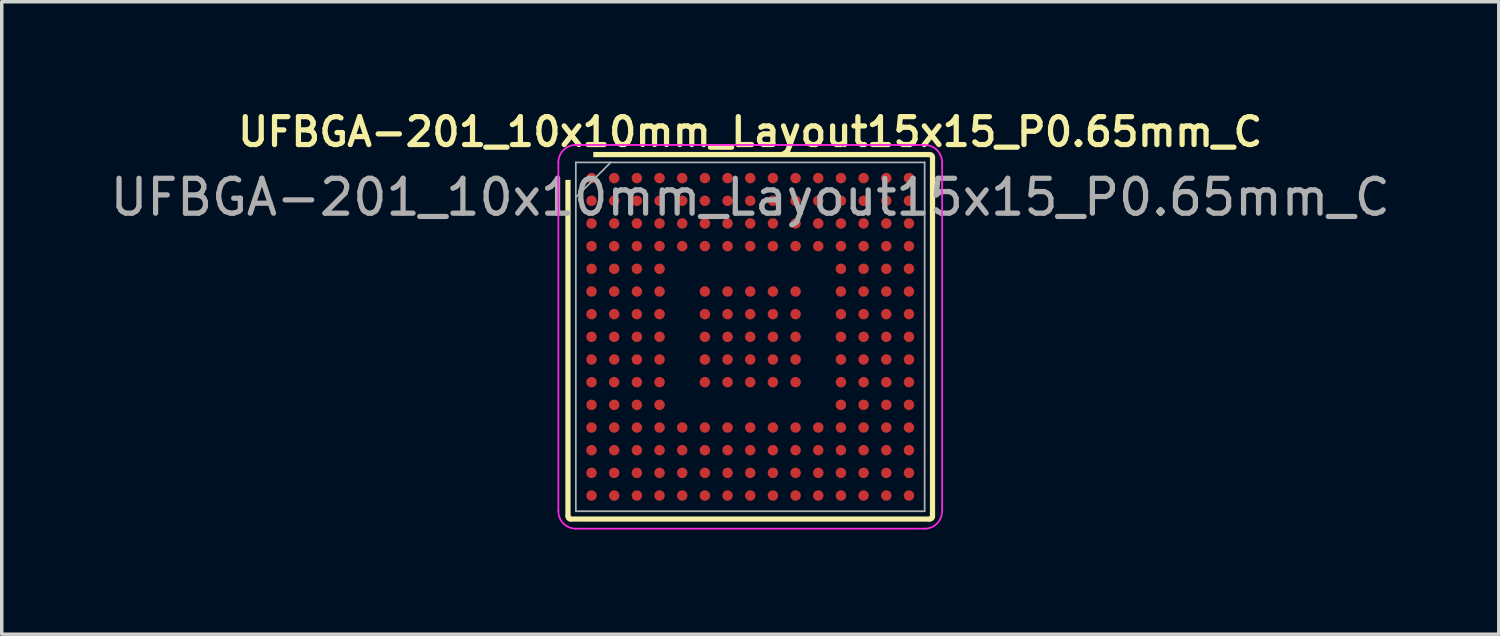
<source format=kicad_pcb>
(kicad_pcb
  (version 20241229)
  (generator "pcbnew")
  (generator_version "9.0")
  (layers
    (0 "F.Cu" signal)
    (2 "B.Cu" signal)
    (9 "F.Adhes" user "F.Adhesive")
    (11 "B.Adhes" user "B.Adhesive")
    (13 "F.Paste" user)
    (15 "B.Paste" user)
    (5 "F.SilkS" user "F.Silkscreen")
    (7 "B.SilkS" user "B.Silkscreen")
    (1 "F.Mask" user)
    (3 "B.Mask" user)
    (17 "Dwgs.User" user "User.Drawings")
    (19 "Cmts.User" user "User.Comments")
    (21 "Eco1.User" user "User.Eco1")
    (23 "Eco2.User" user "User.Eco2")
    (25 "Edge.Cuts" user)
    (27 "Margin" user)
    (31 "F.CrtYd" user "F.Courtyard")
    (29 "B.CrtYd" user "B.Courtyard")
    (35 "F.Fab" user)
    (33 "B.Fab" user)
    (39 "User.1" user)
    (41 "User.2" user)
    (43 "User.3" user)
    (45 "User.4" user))
  (footprint "UFBGA-201_10x10mm_Layout15x15_P0.65mm_C"
    (layer "F.Cu")
    (at 18.458 6.606)
    (property "Reference" "UFBGA-201_10x10mm_Layout15x15_P0.65mm_C" (at 0 -5.875 180) (layer "F.SilkS") (effects (font (size 0.8 0.8) (thickness 0.15))))
    (attr smd)
    (fp_arc (start -5.15 5.225) (mid -5.203033 5.203033) (end -5.225 5.15) (stroke (width 0.15) (type solid)) (layer "F.SilkS"))
    (fp_arc (start 5.15 -5.225) (mid 5.203033 -5.203033) (end 5.225 -5.15) (stroke (width 0.15) (type solid)) (layer "F.SilkS"))
    (fp_arc (start 5.225 5.15) (mid 5.203033 5.203033) (end 5.15 5.225) (stroke (width 0.15) (type solid)) (layer "F.SilkS"))
    (fp_poly (pts (xy 5.3 -5.15) (xy 5.3 5.15) (xy 5.15 5.3) (xy -5.15 5.3) (xy -5.3 5.15) (xy -5.3 -4.5) (xy -5.15 -4.5) (xy -5.15 5.15) (xy 5.15 5.15) (xy 5.15 -5.15) (xy -4.5 -5.15) (xy -4.5 -5.3) (xy 5.15 -5.3)) (stroke (width 0) (type solid)) (fill yes) (layer "F.SilkS"))
    (fp_line (start -5.5 -5) (end -5.5 5) (stroke (width 0.05) (type solid)) (layer "F.CrtYd"))
    (fp_line (start -5 5.5) (end 5 5.5) (stroke (width 0.05) (type solid)) (layer "F.CrtYd"))
    (fp_line (start 5 -5.5) (end -5 -5.5) (stroke (width 0.05) (type solid)) (layer "F.CrtYd"))
    (fp_line (start 5.5 5) (end 5.5 -5) (stroke (width 0.05) (type solid)) (layer "F.CrtYd"))
    (fp_arc (start -5.5 -5) (mid -5.353553 -5.353553) (end -5 -5.5) (stroke (width 0.05) (type solid)) (layer "F.CrtYd"))
    (fp_arc (start -5 5.5) (mid -5.353553 5.353553) (end -5.5 5) (stroke (width 0.05) (type solid)) (layer "F.CrtYd"))
    (fp_arc (start 5 -5.5) (mid 5.353553 -5.353553) (end 5.5 -5) (stroke (width 0.05) (type solid)) (layer "F.CrtYd"))
    (fp_arc (start 5.5 5) (mid 5.353553 5.353553) (end 5 5.5) (stroke (width 0.05) (type solid)) (layer "F.CrtYd"))
    (fp_line (start -5 -5) (end 5 -5) (stroke (width 0.05) (type solid)) (layer "F.Fab"))
    (fp_line (start -5 -4) (end -4 -5) (stroke (width 0.05) (type solid)) (layer "F.Fab"))
    (fp_line (start -5 5) (end -5 -5) (stroke (width 0.05) (type solid)) (layer "F.Fab"))
    (fp_line (start 5 -5) (end 5 5) (stroke (width 0.05) (type solid)) (layer "F.Fab"))
    (fp_line (start 5 5) (end -5 5) (stroke (width 0.05) (type solid)) (layer "F.Fab"))
    (fp_text user "${REFERENCE}" (at 0 -4 180) (layer "F.Fab") (effects (font (size 1 1) (thickness 0.15))))
    (pad "A1" smd circle (at -4.55 -4.55) (size 0.3 0.3) (layers "F.Cu" "F.Mask" "F.Paste"))
    (pad "A2" smd circle (at -3.9 -4.55) (size 0.3 0.3) (layers "F.Cu" "F.Mask" "F.Paste"))
    (pad "A3" smd circle (at -3.25 -4.55) (size 0.3 0.3) (layers "F.Cu" "F.Mask" "F.Paste"))
    (pad "A4" smd circle (at -2.6 -4.55) (size 0.3 0.3) (layers "F.Cu" "F.Mask" "F.Paste"))
    (pad "A5" smd circle (at -1.95 -4.55) (size 0.3 0.3) (layers "F.Cu" "F.Mask" "F.Paste"))
    (pad "A6" smd circle (at -1.3 -4.55) (size 0.3 0.3) (layers "F.Cu" "F.Mask" "F.Paste"))
    (pad "A7" smd circle (at -0.65 -4.55) (size 0.3 0.3) (layers "F.Cu" "F.Mask" "F.Paste"))
    (pad "A8" smd circle (at 0 -4.55) (size 0.3 0.3) (layers "F.Cu" "F.Mask" "F.Paste"))
    (pad "A9" smd circle (at 0.65 -4.55) (size 0.3 0.3) (layers "F.Cu" "F.Mask" "F.Paste"))
    (pad "A10" smd circle (at 1.3 -4.55) (size 0.3 0.3) (layers "F.Cu" "F.Mask" "F.Paste"))
    (pad "A11" smd circle (at 1.95 -4.55) (size 0.3 0.3) (layers "F.Cu" "F.Mask" "F.Paste"))
    (pad "A12" smd circle (at 2.6 -4.55) (size 0.3 0.3) (layers "F.Cu" "F.Mask" "F.Paste"))
    (pad "A13" smd circle (at 3.25 -4.55) (size 0.3 0.3) (layers "F.Cu" "F.Mask" "F.Paste"))
    (pad "A14" smd circle (at 3.9 -4.55) (size 0.3 0.3) (layers "F.Cu" "F.Mask" "F.Paste"))
    (pad "A15" smd circle (at 4.55 -4.55) (size 0.3 0.3) (layers "F.Cu" "F.Mask" "F.Paste"))
    (pad "B1" smd circle (at -4.55 -3.9) (size 0.3 0.3) (layers "F.Cu" "F.Mask" "F.Paste"))
    (pad "B2" smd circle (at -3.9 -3.9) (size 0.3 0.3) (layers "F.Cu" "F.Mask" "F.Paste"))
    (pad "B3" smd circle (at -3.25 -3.9) (size 0.3 0.3) (layers "F.Cu" "F.Mask" "F.Paste"))
    (pad "B4" smd circle (at -2.6 -3.9) (size 0.3 0.3) (layers "F.Cu" "F.Mask" "F.Paste"))
    (pad "B5" smd circle (at -1.95 -3.9) (size 0.3 0.3) (layers "F.Cu" "F.Mask" "F.Paste"))
    (pad "B6" smd circle (at -1.3 -3.9) (size 0.3 0.3) (layers "F.Cu" "F.Mask" "F.Paste"))
    (pad "B7" smd circle (at -0.65 -3.9) (size 0.3 0.3) (layers "F.Cu" "F.Mask" "F.Paste"))
    (pad "B8" smd circle (at 0 -3.9) (size 0.3 0.3) (layers "F.Cu" "F.Mask" "F.Paste"))
    (pad "B9" smd circle (at 0.65 -3.9) (size 0.3 0.3) (layers "F.Cu" "F.Mask" "F.Paste"))
    (pad "B10" smd circle (at 1.3 -3.9) (size 0.3 0.3) (layers "F.Cu" "F.Mask" "F.Paste"))
    (pad "B11" smd circle (at 1.95 -3.9) (size 0.3 0.3) (layers "F.Cu" "F.Mask" "F.Paste"))
    (pad "B12" smd circle (at 2.6 -3.9) (size 0.3 0.3) (layers "F.Cu" "F.Mask" "F.Paste"))
    (pad "B13" smd circle (at 3.25 -3.9) (size 0.3 0.3) (layers "F.Cu" "F.Mask" "F.Paste"))
    (pad "B14" smd circle (at 3.9 -3.9) (size 0.3 0.3) (layers "F.Cu" "F.Mask" "F.Paste"))
    (pad "B15" smd circle (at 4.55 -3.9) (size 0.3 0.3) (layers "F.Cu" "F.Mask" "F.Paste"))
    (pad "C1" smd circle (at -4.55 -3.25) (size 0.3 0.3) (layers "F.Cu" "F.Mask" "F.Paste"))
    (pad "C2" smd circle (at -3.9 -3.25) (size 0.3 0.3) (layers "F.Cu" "F.Mask" "F.Paste"))
    (pad "C3" smd circle (at -3.25 -3.25) (size 0.3 0.3) (layers "F.Cu" "F.Mask" "F.Paste"))
    (pad "C4" smd circle (at -2.6 -3.25) (size 0.3 0.3) (layers "F.Cu" "F.Mask" "F.Paste"))
    (pad "C5" smd circle (at -1.95 -3.25) (size 0.3 0.3) (layers "F.Cu" "F.Mask" "F.Paste"))
    (pad "C6" smd circle (at -1.3 -3.25) (size 0.3 0.3) (layers "F.Cu" "F.Mask" "F.Paste"))
    (pad "C7" smd circle (at -0.65 -3.25) (size 0.3 0.3) (layers "F.Cu" "F.Mask" "F.Paste"))
    (pad "C8" smd circle (at 0 -3.25) (size 0.3 0.3) (layers "F.Cu" "F.Mask" "F.Paste"))
    (pad "C9" smd circle (at 0.65 -3.25) (size 0.3 0.3) (layers "F.Cu" "F.Mask" "F.Paste"))
    (pad "C10" smd circle (at 1.3 -3.25) (size 0.3 0.3) (layers "F.Cu" "F.Mask" "F.Paste"))
    (pad "C11" smd circle (at 1.95 -3.25) (size 0.3 0.3) (layers "F.Cu" "F.Mask" "F.Paste"))
    (pad "C12" smd circle (at 2.6 -3.25) (size 0.3 0.3) (layers "F.Cu" "F.Mask" "F.Paste"))
    (pad "C13" smd circle (at 3.25 -3.25) (size 0.3 0.3) (layers "F.Cu" "F.Mask" "F.Paste"))
    (pad "C14" smd circle (at 3.9 -3.25) (size 0.3 0.3) (layers "F.Cu" "F.Mask" "F.Paste"))
    (pad "C15" smd circle (at 4.55 -3.25) (size 0.3 0.3) (layers "F.Cu" "F.Mask" "F.Paste"))
    (pad "D1" smd circle (at -4.55 -2.6) (size 0.3 0.3) (layers "F.Cu" "F.Mask" "F.Paste"))
    (pad "D2" smd circle (at -3.9 -2.6) (size 0.3 0.3) (layers "F.Cu" "F.Mask" "F.Paste"))
    (pad "D3" smd circle (at -3.25 -2.6) (size 0.3 0.3) (layers "F.Cu" "F.Mask" "F.Paste"))
    (pad "D4" smd circle (at -2.6 -2.6) (size 0.3 0.3) (layers "F.Cu" "F.Mask" "F.Paste"))
    (pad "D5" smd circle (at -1.95 -2.6) (size 0.3 0.3) (layers "F.Cu" "F.Mask" "F.Paste"))
    (pad "D6" smd circle (at -1.3 -2.6) (size 0.3 0.3) (layers "F.Cu" "F.Mask" "F.Paste"))
    (pad "D7" smd circle (at -0.65 -2.6) (size 0.3 0.3) (layers "F.Cu" "F.Mask" "F.Paste"))
    (pad "D8" smd circle (at 0 -2.6) (size 0.3 0.3) (layers "F.Cu" "F.Mask" "F.Paste"))
    (pad "D9" smd circle (at 0.65 -2.6) (size 0.3 0.3) (layers "F.Cu" "F.Mask" "F.Paste"))
    (pad "D10" smd circle (at 1.3 -2.6) (size 0.3 0.3) (layers "F.Cu" "F.Mask" "F.Paste"))
    (pad "D11" smd circle (at 1.95 -2.6) (size 0.3 0.3) (layers "F.Cu" "F.Mask" "F.Paste"))
    (pad "D12" smd circle (at 2.6 -2.6) (size 0.3 0.3) (layers "F.Cu" "F.Mask" "F.Paste"))
    (pad "D13" smd circle (at 3.25 -2.6) (size 0.3 0.3) (layers "F.Cu" "F.Mask" "F.Paste"))
    (pad "D14" smd circle (at 3.9 -2.6) (size 0.3 0.3) (layers "F.Cu" "F.Mask" "F.Paste"))
    (pad "D15" smd circle (at 4.55 -2.6) (size 0.3 0.3) (layers "F.Cu" "F.Mask" "F.Paste"))
    (pad "E1" smd circle (at -4.55 -1.95) (size 0.3 0.3) (layers "F.Cu" "F.Mask" "F.Paste"))
    (pad "E2" smd circle (at -3.9 -1.95) (size 0.3 0.3) (layers "F.Cu" "F.Mask" "F.Paste"))
    (pad "E3" smd circle (at -3.25 -1.95) (size 0.3 0.3) (layers "F.Cu" "F.Mask" "F.Paste"))
    (pad "E4" smd circle (at -2.6 -1.95) (size 0.3 0.3) (layers "F.Cu" "F.Mask" "F.Paste"))
    (pad "E12" smd circle (at 2.6 -1.95) (size 0.3 0.3) (layers "F.Cu" "F.Mask" "F.Paste"))
    (pad "E13" smd circle (at 3.25 -1.95) (size 0.3 0.3) (layers "F.Cu" "F.Mask" "F.Paste"))
    (pad "E14" smd circle (at 3.9 -1.95) (size 0.3 0.3) (layers "F.Cu" "F.Mask" "F.Paste"))
    (pad "E15" smd circle (at 4.55 -1.95) (size 0.3 0.3) (layers "F.Cu" "F.Mask" "F.Paste"))
    (pad "F1" smd circle (at -4.55 -1.3) (size 0.3 0.3) (layers "F.Cu" "F.Mask" "F.Paste"))
    (pad "F2" smd circle (at -3.9 -1.3) (size 0.3 0.3) (layers "F.Cu" "F.Mask" "F.Paste"))
    (pad "F3" smd circle (at -3.25 -1.3) (size 0.3 0.3) (layers "F.Cu" "F.Mask" "F.Paste"))
    (pad "F4" smd circle (at -2.6 -1.3) (size 0.3 0.3) (layers "F.Cu" "F.Mask" "F.Paste"))
    (pad "F6" smd circle (at -1.3 -1.3) (size 0.3 0.3) (layers "F.Cu" "F.Mask" "F.Paste"))
    (pad "F7" smd circle (at -0.65 -1.3) (size 0.3 0.3) (layers "F.Cu" "F.Mask" "F.Paste"))
    (pad "F8" smd circle (at 0 -1.3) (size 0.3 0.3) (layers "F.Cu" "F.Mask" "F.Paste"))
    (pad "F9" smd circle (at 0.65 -1.3) (size 0.3 0.3) (layers "F.Cu" "F.Mask" "F.Paste"))
    (pad "F10" smd circle (at 1.3 -1.3) (size 0.3 0.3) (layers "F.Cu" "F.Mask" "F.Paste"))
    (pad "F12" smd circle (at 2.6 -1.3) (size 0.3 0.3) (layers "F.Cu" "F.Mask" "F.Paste"))
    (pad "F13" smd circle (at 3.25 -1.3) (size 0.3 0.3) (layers "F.Cu" "F.Mask" "F.Paste"))
    (pad "F14" smd circle (at 3.9 -1.3) (size 0.3 0.3) (layers "F.Cu" "F.Mask" "F.Paste"))
    (pad "F15" smd circle (at 4.55 -1.3) (size 0.3 0.3) (layers "F.Cu" "F.Mask" "F.Paste"))
    (pad "G1" smd circle (at -4.55 -0.65) (size 0.3 0.3) (layers "F.Cu" "F.Mask" "F.Paste"))
    (pad "G2" smd circle (at -3.9 -0.65) (size 0.3 0.3) (layers "F.Cu" "F.Mask" "F.Paste"))
    (pad "G3" smd circle (at -3.25 -0.65) (size 0.3 0.3) (layers "F.Cu" "F.Mask" "F.Paste"))
    (pad "G4" smd circle (at -2.6 -0.65) (size 0.3 0.3) (layers "F.Cu" "F.Mask" "F.Paste"))
    (pad "G6" smd circle (at -1.3 -0.65) (size 0.3 0.3) (layers "F.Cu" "F.Mask" "F.Paste"))
    (pad "G7" smd circle (at -0.65 -0.65) (size 0.3 0.3) (layers "F.Cu" "F.Mask" "F.Paste"))
    (pad "G8" smd circle (at 0 -0.65) (size 0.3 0.3) (layers "F.Cu" "F.Mask" "F.Paste"))
    (pad "G9" smd circle (at 0.65 -0.65) (size 0.3 0.3) (layers "F.Cu" "F.Mask" "F.Paste"))
    (pad "G10" smd circle (at 1.3 -0.65) (size 0.3 0.3) (layers "F.Cu" "F.Mask" "F.Paste"))
    (pad "G12" smd circle (at 2.6 -0.65) (size 0.3 0.3) (layers "F.Cu" "F.Mask" "F.Paste"))
    (pad "G13" smd circle (at 3.25 -0.65) (size 0.3 0.3) (layers "F.Cu" "F.Mask" "F.Paste"))
    (pad "G14" smd circle (at 3.9 -0.65) (size 0.3 0.3) (layers "F.Cu" "F.Mask" "F.Paste"))
    (pad "G15" smd circle (at 4.55 -0.65) (size 0.3 0.3) (layers "F.Cu" "F.Mask" "F.Paste"))
    (pad "H1" smd circle (at -4.55 0) (size 0.3 0.3) (layers "F.Cu" "F.Mask" "F.Paste"))
    (pad "H2" smd circle (at -3.9 0) (size 0.3 0.3) (layers "F.Cu" "F.Mask" "F.Paste"))
    (pad "H3" smd circle (at -3.25 0) (size 0.3 0.3) (layers "F.Cu" "F.Mask" "F.Paste"))
    (pad "H4" smd circle (at -2.6 0) (size 0.3 0.3) (layers "F.Cu" "F.Mask" "F.Paste"))
    (pad "H6" smd circle (at -1.3 0) (size 0.3 0.3) (layers "F.Cu" "F.Mask" "F.Paste"))
    (pad "H7" smd circle (at -0.65 0) (size 0.3 0.3) (layers "F.Cu" "F.Mask" "F.Paste"))
    (pad "H8" smd circle (at 0 0) (size 0.3 0.3) (layers "F.Cu" "F.Mask" "F.Paste"))
    (pad "H9" smd circle (at 0.65 0) (size 0.3 0.3) (layers "F.Cu" "F.Mask" "F.Paste"))
    (pad "H10" smd circle (at 1.3 0) (size 0.3 0.3) (layers "F.Cu" "F.Mask" "F.Paste"))
    (pad "H12" smd circle (at 2.6 0) (size 0.3 0.3) (layers "F.Cu" "F.Mask" "F.Paste"))
    (pad "H13" smd circle (at 3.25 0) (size 0.3 0.3) (layers "F.Cu" "F.Mask" "F.Paste"))
    (pad "H14" smd circle (at 3.9 0) (size 0.3 0.3) (layers "F.Cu" "F.Mask" "F.Paste"))
    (pad "H15" smd circle (at 4.55 0) (size 0.3 0.3) (layers "F.Cu" "F.Mask" "F.Paste"))
    (pad "J1" smd circle (at -4.55 0.65) (size 0.3 0.3) (layers "F.Cu" "F.Mask" "F.Paste"))
    (pad "J2" smd circle (at -3.9 0.65) (size 0.3 0.3) (layers "F.Cu" "F.Mask" "F.Paste"))
    (pad "J3" smd circle (at -3.25 0.65) (size 0.3 0.3) (layers "F.Cu" "F.Mask" "F.Paste"))
    (pad "J4" smd circle (at -2.6 0.65) (size 0.3 0.3) (layers "F.Cu" "F.Mask" "F.Paste"))
    (pad "J6" smd circle (at -1.3 0.65) (size 0.3 0.3) (layers "F.Cu" "F.Mask" "F.Paste"))
    (pad "J7" smd circle (at -0.65 0.65) (size 0.3 0.3) (layers "F.Cu" "F.Mask" "F.Paste"))
    (pad "J8" smd circle (at 0 0.65) (size 0.3 0.3) (layers "F.Cu" "F.Mask" "F.Paste"))
    (pad "J9" smd circle (at 0.65 0.65) (size 0.3 0.3) (layers "F.Cu" "F.Mask" "F.Paste"))
    (pad "J10" smd circle (at 1.3 0.65) (size 0.3 0.3) (layers "F.Cu" "F.Mask" "F.Paste"))
    (pad "J12" smd circle (at 2.6 0.65) (size 0.3 0.3) (layers "F.Cu" "F.Mask" "F.Paste"))
    (pad "J13" smd circle (at 3.25 0.65) (size 0.3 0.3) (layers "F.Cu" "F.Mask" "F.Paste"))
    (pad "J14" smd circle (at 3.9 0.65) (size 0.3 0.3) (layers "F.Cu" "F.Mask" "F.Paste"))
    (pad "J15" smd circle (at 4.55 0.65) (size 0.3 0.3) (layers "F.Cu" "F.Mask" "F.Paste"))
    (pad "K1" smd circle (at -4.55 1.3) (size 0.3 0.3) (layers "F.Cu" "F.Mask" "F.Paste"))
    (pad "K2" smd circle (at -3.9 1.3) (size 0.3 0.3) (layers "F.Cu" "F.Mask" "F.Paste"))
    (pad "K3" smd circle (at -3.25 1.3) (size 0.3 0.3) (layers "F.Cu" "F.Mask" "F.Paste"))
    (pad "K4" smd circle (at -2.6 1.3) (size 0.3 0.3) (layers "F.Cu" "F.Mask" "F.Paste"))
    (pad "K6" smd circle (at -1.3 1.3) (size 0.3 0.3) (layers "F.Cu" "F.Mask" "F.Paste"))
    (pad "K7" smd circle (at -0.65 1.3) (size 0.3 0.3) (layers "F.Cu" "F.Mask" "F.Paste"))
    (pad "K8" smd circle (at 0 1.3) (size 0.3 0.3) (layers "F.Cu" "F.Mask" "F.Paste"))
    (pad "K9" smd circle (at 0.65 1.3) (size 0.3 0.3) (layers "F.Cu" "F.Mask" "F.Paste"))
    (pad "K10" smd circle (at 1.3 1.3) (size 0.3 0.3) (layers "F.Cu" "F.Mask" "F.Paste"))
    (pad "K12" smd circle (at 2.6 1.3) (size 0.3 0.3) (layers "F.Cu" "F.Mask" "F.Paste"))
    (pad "K13" smd circle (at 3.25 1.3) (size 0.3 0.3) (layers "F.Cu" "F.Mask" "F.Paste"))
    (pad "K14" smd circle (at 3.9 1.3) (size 0.3 0.3) (layers "F.Cu" "F.Mask" "F.Paste"))
    (pad "K15" smd circle (at 4.55 1.3) (size 0.3 0.3) (layers "F.Cu" "F.Mask" "F.Paste"))
    (pad "L1" smd circle (at -4.55 1.95) (size 0.3 0.3) (layers "F.Cu" "F.Mask" "F.Paste"))
    (pad "L2" smd circle (at -3.9 1.95) (size 0.3 0.3) (layers "F.Cu" "F.Mask" "F.Paste"))
    (pad "L3" smd circle (at -3.25 1.95) (size 0.3 0.3) (layers "F.Cu" "F.Mask" "F.Paste"))
    (pad "L4" smd circle (at -2.6 1.95) (size 0.3 0.3) (layers "F.Cu" "F.Mask" "F.Paste"))
    (pad "L12" smd circle (at 2.6 1.95) (size 0.3 0.3) (layers "F.Cu" "F.Mask" "F.Paste"))
    (pad "L13" smd circle (at 3.25 1.95) (size 0.3 0.3) (layers "F.Cu" "F.Mask" "F.Paste"))
    (pad "L14" smd circle (at 3.9 1.95) (size 0.3 0.3) (layers "F.Cu" "F.Mask" "F.Paste"))
    (pad "L15" smd circle (at 4.55 1.95) (size 0.3 0.3) (layers "F.Cu" "F.Mask" "F.Paste"))
    (pad "M1" smd circle (at -4.55 2.6) (size 0.3 0.3) (layers "F.Cu" "F.Mask" "F.Paste"))
    (pad "M2" smd circle (at -3.9 2.6) (size 0.3 0.3) (layers "F.Cu" "F.Mask" "F.Paste"))
    (pad "M3" smd circle (at -3.25 2.6) (size 0.3 0.3) (layers "F.Cu" "F.Mask" "F.Paste"))
    (pad "M4" smd circle (at -2.6 2.6) (size 0.3 0.3) (layers "F.Cu" "F.Mask" "F.Paste"))
    (pad "M5" smd circle (at -1.95 2.6) (size 0.3 0.3) (layers "F.Cu" "F.Mask" "F.Paste"))
    (pad "M6" smd circle (at -1.3 2.6) (size 0.3 0.3) (layers "F.Cu" "F.Mask" "F.Paste"))
    (pad "M7" smd circle (at -0.65 2.6) (size 0.3 0.3) (layers "F.Cu" "F.Mask" "F.Paste"))
    (pad "M8" smd circle (at 0 2.6) (size 0.3 0.3) (layers "F.Cu" "F.Mask" "F.Paste"))
    (pad "M9" smd circle (at 0.65 2.6) (size 0.3 0.3) (layers "F.Cu" "F.Mask" "F.Paste"))
    (pad "M10" smd circle (at 1.3 2.6) (size 0.3 0.3) (layers "F.Cu" "F.Mask" "F.Paste"))
    (pad "M11" smd circle (at 1.95 2.6) (size 0.3 0.3) (layers "F.Cu" "F.Mask" "F.Paste"))
    (pad "M12" smd circle (at 2.6 2.6) (size 0.3 0.3) (layers "F.Cu" "F.Mask" "F.Paste"))
    (pad "M13" smd circle (at 3.25 2.6) (size 0.3 0.3) (layers "F.Cu" "F.Mask" "F.Paste"))
    (pad "M14" smd circle (at 3.9 2.6) (size 0.3 0.3) (layers "F.Cu" "F.Mask" "F.Paste"))
    (pad "M15" smd circle (at 4.55 2.6) (size 0.3 0.3) (layers "F.Cu" "F.Mask" "F.Paste"))
    (pad "N1" smd circle (at -4.55 3.25) (size 0.3 0.3) (layers "F.Cu" "F.Mask" "F.Paste"))
    (pad "N2" smd circle (at -3.9 3.25) (size 0.3 0.3) (layers "F.Cu" "F.Mask" "F.Paste"))
    (pad "N3" smd circle (at -3.25 3.25) (size 0.3 0.3) (layers "F.Cu" "F.Mask" "F.Paste"))
    (pad "N4" smd circle (at -2.6 3.25) (size 0.3 0.3) (layers "F.Cu" "F.Mask" "F.Paste"))
    (pad "N5" smd circle (at -1.95 3.25) (size 0.3 0.3) (layers "F.Cu" "F.Mask" "F.Paste"))
    (pad "N6" smd circle (at -1.3 3.25) (size 0.3 0.3) (layers "F.Cu" "F.Mask" "F.Paste"))
    (pad "N7" smd circle (at -0.65 3.25) (size 0.3 0.3) (layers "F.Cu" "F.Mask" "F.Paste"))
    (pad "N8" smd circle (at 0 3.25) (size 0.3 0.3) (layers "F.Cu" "F.Mask" "F.Paste"))
    (pad "N9" smd circle (at 0.65 3.25) (size 0.3 0.3) (layers "F.Cu" "F.Mask" "F.Paste"))
    (pad "N10" smd circle (at 1.3 3.25) (size 0.3 0.3) (layers "F.Cu" "F.Mask" "F.Paste"))
    (pad "N11" smd circle (at 1.95 3.25) (size 0.3 0.3) (layers "F.Cu" "F.Mask" "F.Paste"))
    (pad "N12" smd circle (at 2.6 3.25) (size 0.3 0.3) (layers "F.Cu" "F.Mask" "F.Paste"))
    (pad "N13" smd circle (at 3.25 3.25) (size 0.3 0.3) (layers "F.Cu" "F.Mask" "F.Paste"))
    (pad "N14" smd circle (at 3.9 3.25) (size 0.3 0.3) (layers "F.Cu" "F.Mask" "F.Paste"))
    (pad "N15" smd circle (at 4.55 3.25) (size 0.3 0.3) (layers "F.Cu" "F.Mask" "F.Paste"))
    (pad "P1" smd circle (at -4.55 3.9) (size 0.3 0.3) (layers "F.Cu" "F.Mask" "F.Paste"))
    (pad "P2" smd circle (at -3.9 3.9) (size 0.3 0.3) (layers "F.Cu" "F.Mask" "F.Paste"))
    (pad "P3" smd circle (at -3.25 3.9) (size 0.3 0.3) (layers "F.Cu" "F.Mask" "F.Paste"))
    (pad "P4" smd circle (at -2.6 3.9) (size 0.3 0.3) (layers "F.Cu" "F.Mask" "F.Paste"))
    (pad "P5" smd circle (at -1.95 3.9) (size 0.3 0.3) (layers "F.Cu" "F.Mask" "F.Paste"))
    (pad "P6" smd circle (at -1.3 3.9) (size 0.3 0.3) (layers "F.Cu" "F.Mask" "F.Paste"))
    (pad "P7" smd circle (at -0.65 3.9) (size 0.3 0.3) (layers "F.Cu" "F.Mask" "F.Paste"))
    (pad "P8" smd circle (at 0 3.9) (size 0.3 0.3) (layers "F.Cu" "F.Mask" "F.Paste"))
    (pad "P9" smd circle (at 0.65 3.9) (size 0.3 0.3) (layers "F.Cu" "F.Mask" "F.Paste"))
    (pad "P10" smd circle (at 1.3 3.9) (size 0.3 0.3) (layers "F.Cu" "F.Mask" "F.Paste"))
    (pad "P11" smd circle (at 1.95 3.9) (size 0.3 0.3) (layers "F.Cu" "F.Mask" "F.Paste"))
    (pad "P12" smd circle (at 2.6 3.9) (size 0.3 0.3) (layers "F.Cu" "F.Mask" "F.Paste"))
    (pad "P13" smd circle (at 3.25 3.9) (size 0.3 0.3) (layers "F.Cu" "F.Mask" "F.Paste"))
    (pad "P14" smd circle (at 3.9 3.9) (size 0.3 0.3) (layers "F.Cu" "F.Mask" "F.Paste"))
    (pad "P15" smd circle (at 4.55 3.9) (size 0.3 0.3) (layers "F.Cu" "F.Mask" "F.Paste"))
    (pad "R1" smd circle (at -4.55 4.55) (size 0.3 0.3) (layers "F.Cu" "F.Mask" "F.Paste"))
    (pad "R2" smd circle (at -3.9 4.55) (size 0.3 0.3) (layers "F.Cu" "F.Mask" "F.Paste"))
    (pad "R3" smd circle (at -3.25 4.55) (size 0.3 0.3) (layers "F.Cu" "F.Mask" "F.Paste"))
    (pad "R4" smd circle (at -2.6 4.55) (size 0.3 0.3) (layers "F.Cu" "F.Mask" "F.Paste"))
    (pad "R5" smd circle (at -1.95 4.55) (size 0.3 0.3) (layers "F.Cu" "F.Mask" "F.Paste"))
    (pad "R6" smd circle (at -1.3 4.55) (size 0.3 0.3) (layers "F.Cu" "F.Mask" "F.Paste"))
    (pad "R7" smd circle (at -0.65 4.55) (size 0.3 0.3) (layers "F.Cu" "F.Mask" "F.Paste"))
    (pad "R8" smd circle (at 0 4.55) (size 0.3 0.3) (layers "F.Cu" "F.Mask" "F.Paste"))
    (pad "R9" smd circle (at 0.65 4.55) (size 0.3 0.3) (layers "F.Cu" "F.Mask" "F.Paste"))
    (pad "R10" smd circle (at 1.3 4.55) (size 0.3 0.3) (layers "F.Cu" "F.Mask" "F.Paste"))
    (pad "R11" smd circle (at 1.95 4.55) (size 0.3 0.3) (layers "F.Cu" "F.Mask" "F.Paste"))
    (pad "R12" smd circle (at 2.6 4.55) (size 0.3 0.3) (layers "F.Cu" "F.Mask" "F.Paste"))
    (pad "R13" smd circle (at 3.25 4.55) (size 0.3 0.3) (layers "F.Cu" "F.Mask" "F.Paste"))
    (pad "R14" smd circle (at 3.9 4.55) (size 0.3 0.3) (layers "F.Cu" "F.Mask" "F.Paste"))
    (pad "R15" smd circle (at 4.55 4.55) (size 0.3 0.3) (layers "F.Cu" "F.Mask" "F.Paste")))
  (gr_rect
    (start -3 -3)
    (end 39.917 15.131)
    (stroke (width 0.1) (type default))
    (fill no)
    (layer "Edge.Cuts")))
</source>
